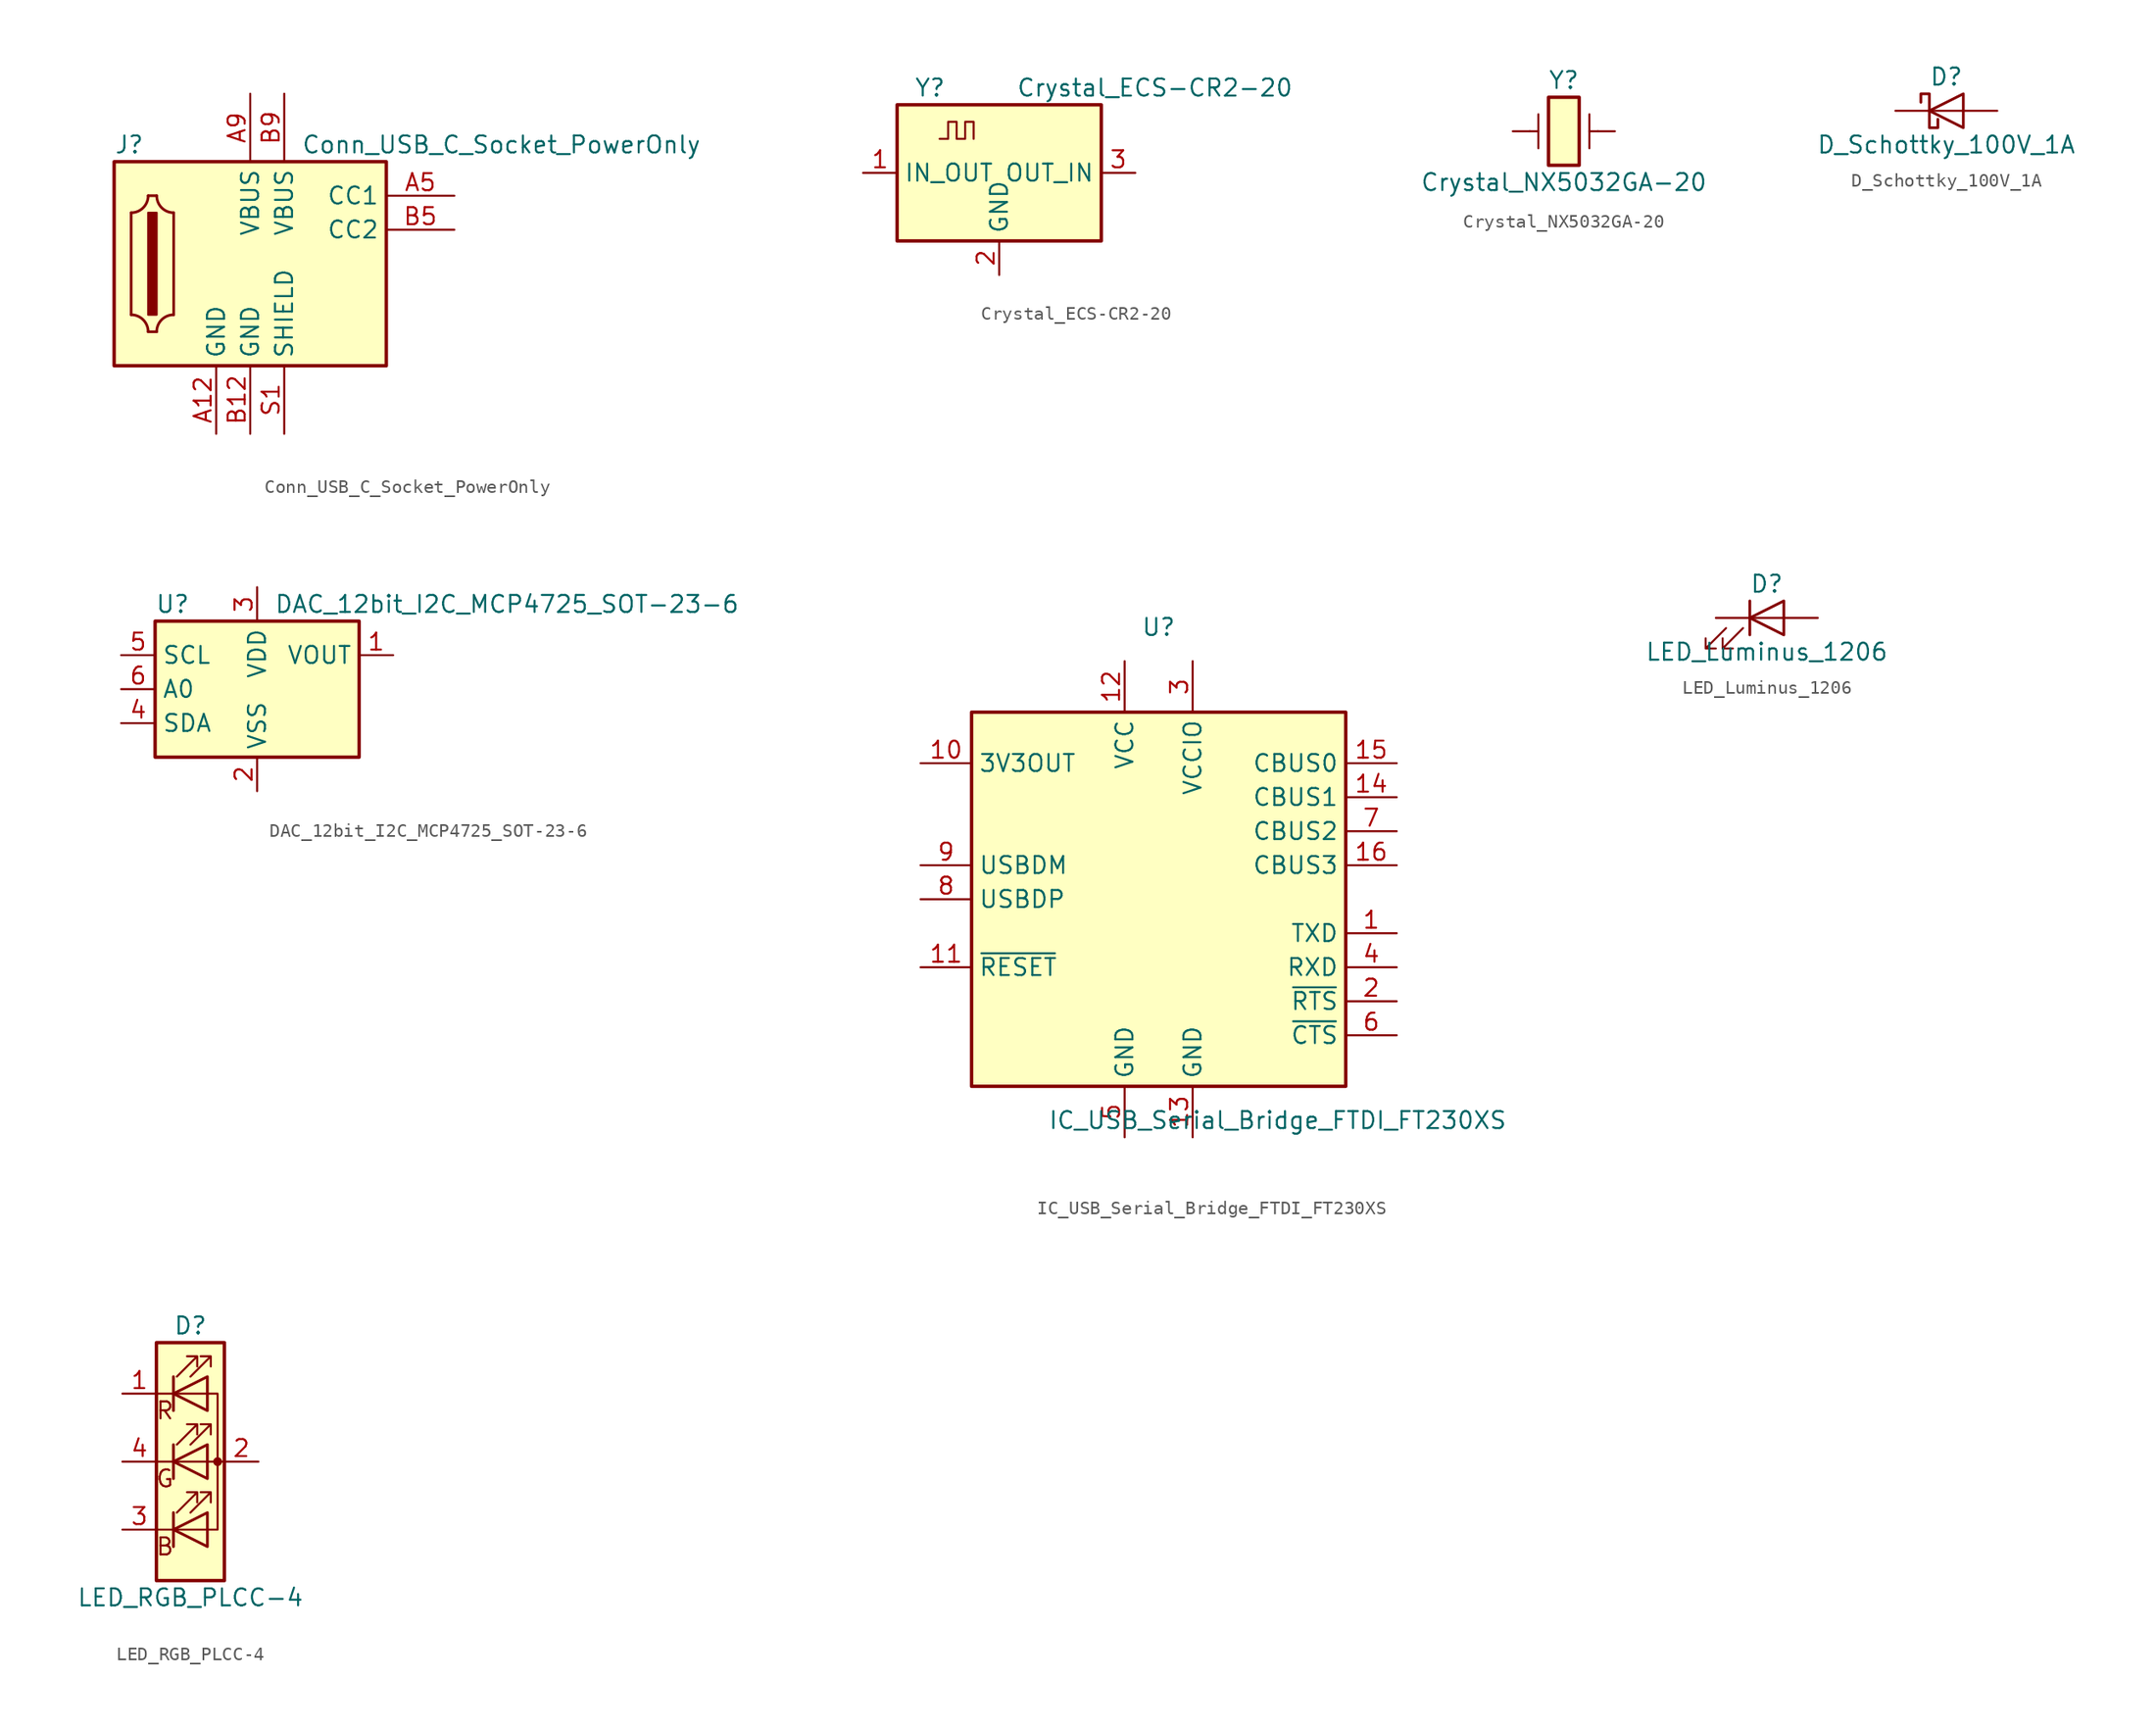
<source format=kicad_sym>
(kicad_symbol_lib
  (version 20211014)
  (generator kicad_symbol_editor)
  (symbol "Conn_USB_C_Socket_PowerOnly"
    (property "Reference" "J"
      (at -10.16 8.89 0)
      (effects (font (size 1.27 1.27)) (justify left)))
    (property "Value" "Conn_USB_C_Socket_PowerOnly"
      (at 3.81 8.89 0)
      (effects (font (size 1.27 1.27)) (justify left)))
    (symbol "Conn_USB_C_Socket_PowerOnly_0_1"
      (rectangle (start -10.16 7.62) (end 10.16 -7.62) (stroke (width 0.254) (type default) (color 0 0 0 0)) (fill (type background)))
      (arc (start -8.89 3.81) (mid -6.722 2.912) (end -7.62 5.08) (stroke (width 0.2) (type default) (color 0 0 0 0)) (fill (type none)))
      (arc (start -7.62 -5.08) (mid -6.722 -2.912) (end -8.89 -3.81) (stroke (width 0.2) (type default) (color 0 0 0 0)) (fill (type none)))
      (rectangle (start -7.62 3.81) (end -6.985 -3.81) (stroke (width 0) (type default) (color 0 0 0 0)) (fill (type outline)))
      (arc (start -6.985 5.08) (mid -7.883 2.912) (end -5.715 3.81) (stroke (width 0.2) (type default) (color 0 0 0 0)) (fill (type none)))
      (arc (start -5.715 -3.81) (mid -7.883 -2.912) (end -6.985 -5.08) (stroke (width 0.2) (type default) (color 0 0 0 0)) (fill (type none)))
      (polyline (pts (xy -8.89 3.81) (xy -8.89 -3.81)) (stroke (width 0.2) (type default) (color 0 0 0 0)) (fill (type none)))
      (polyline (pts (xy -7.62 -5.08) (xy -6.985 -5.08)) (stroke (width 0.2) (type default) (color 0 0 0 0)) (fill (type none)))
      (polyline (pts (xy -7.62 5.08) (xy -6.985 5.08)) (stroke (width 0.2) (type default) (color 0 0 0 0)) (fill (type none)))
      (polyline (pts (xy -5.715 -3.81) (xy -5.715 3.81)) (stroke (width 0.2) (type default) (color 0 0 0 0)) (fill (type none))))
    (symbol "Conn_USB_C_Socket_PowerOnly_1_1"
      (pin power_in line (at -2.54 -12.7 90) (length 5.08) (name "GND" (effects (font (size 1.27 1.27)))) (number "A12" (effects (font (size 1.27 1.27)))))
      (pin bidirectional line (at 15.24 5.08 180) (length 5.08) (name "CC1" (effects (font (size 1.27 1.27)))) (number "A5" (effects (font (size 1.27 1.27)))))
      (pin power_in line (at 0 12.7 270) (length 5.08) (name "VBUS" (effects (font (size 1.27 1.27)))) (number "A9" (effects (font (size 1.27 1.27)))))
      (pin power_in line (at 0 -12.7 90) (length 5.08) (name "GND" (effects (font (size 1.27 1.27)))) (number "B12" (effects (font (size 1.27 1.27)))))
      (pin bidirectional line (at 15.24 2.54 180) (length 5.08) (name "CC2" (effects (font (size 1.27 1.27)))) (number "B5" (effects (font (size 1.27 1.27)))))
      (pin power_in line (at 2.54 12.7 270) (length 5.08) (name "VBUS" (effects (font (size 1.27 1.27)))) (number "B9" (effects (font (size 1.27 1.27)))))
      (pin power_in line (at 2.54 -12.7 90) (length 5.08) (name "SHIELD" (effects (font (size 1.27 1.27)))) (number "S1" (effects (font (size 1.27 1.27)))))))
  (symbol "Crystal_ECS-CR2-20"
    (property "Reference" "Y"
      (at -6.35 6.35 0)
      (effects (font (size 1.27 1.27)) (justify left)))
    (property "Value" "Crystal_ECS-CR2-20"
      (at 1.27 6.35 0)
      (effects (font (size 1.27 1.27)) (justify left)))
    (symbol "Crystal_ECS-CR2-20_0_1"
      (rectangle (start -7.62 5.08) (end 7.62 -5.08) (stroke (width 0.254) (type default) (color 0 0 0 0)) (fill (type background)))
      (polyline (pts (xy -4.445 2.54) (xy -3.81 2.54) (xy -3.81 3.81) (xy -3.175 3.81) (xy -3.175 2.54) (xy -2.54 2.54) (xy -2.54 3.81) (xy -1.905 3.81) (xy -1.905 2.54)) (stroke (width 0) (type default) (color 0 0 0 0)) (fill (type none))))
    (symbol "Crystal_ECS-CR2-20_1_1"
      (pin input line (at -10.16 0 0) (length 2.54) (name "IN_OUT" (effects (font (size 1.27 1.27)))) (number "1" (effects (font (size 1.27 1.27)))))
      (pin power_in line (at 0 -7.62 90) (length 2.54) (name "GND" (effects (font (size 1.27 1.27)))) (number "2" (effects (font (size 1.27 1.27)))))
      (pin output line (at 10.16 0 180) (length 2.54) (name "OUT_IN" (effects (font (size 1.27 1.27)))) (number "3" (effects (font (size 1.27 1.27)))))))
  (symbol "Crystal_NX5032GA-20"
    (pin_numbers hide)
    (pin_names
      (offset 1.016) hide)
    (property "Reference" "Y"
      (at 0 3.81 0)
      (effects (font (size 1.27 1.27))))
    (property "Value" "Crystal_NX5032GA-20"
      (at 0 -3.81 0)
      (effects (font (size 1.27 1.27))))
    (symbol "Crystal_NX5032GA-20_0_1"
      (rectangle (start -1.143 2.54) (end 1.143 -2.54) (stroke (width 0.254) (type default) (color 0 0 0 0)) (fill (type background)))
      (polyline (pts (xy -2.54 0) (xy -1.905 0)) (stroke (width 0) (type default) (color 0 0 0 0)) (fill (type none)))
      (polyline (pts (xy -1.905 -1.27) (xy -1.905 1.27)) (stroke (width 0) (type default) (color 0 0 0 0)) (fill (type none)))
      (polyline (pts (xy 1.905 -1.27) (xy 1.905 1.27)) (stroke (width 0) (type default) (color 0 0 0 0)) (fill (type none)))
      (polyline (pts (xy 2.54 0) (xy 1.905 0)) (stroke (width 0) (type default) (color 0 0 0 0)) (fill (type none))))
    (symbol "Crystal_NX5032GA-20_1_1"
      (pin passive line (at -3.81 0 0) (length 1.27) (name "1" (effects (font (size 1.27 1.27)))) (number "1" (effects (font (size 1.27 1.27)))))
      (pin passive line (at 3.81 0 180) (length 1.27) (name "2" (effects (font (size 1.27 1.27)))) (number "2" (effects (font (size 1.27 1.27)))))))
  (symbol "D_Schottky_100V_1A"
    (pin_numbers hide)
    (pin_names
      (offset 1.016) hide)
    (property "Reference" "D"
      (at 0 2.54 0)
      (effects (font (size 1.27 1.27))))
    (property "Value" "D_Schottky_100V_1A"
      (at 0 -2.54 0)
      (effects (font (size 1.27 1.27))))
    (symbol "D_Schottky_100V_1A_0_1"
      (polyline (pts (xy 1.27 0) (xy -1.27 0)) (stroke (width 0) (type default) (color 0 0 0 0)) (fill (type none)))
      (polyline (pts (xy 1.27 1.27) (xy 1.27 -1.27) (xy -1.27 0) (xy 1.27 1.27)) (stroke (width 0.203) (type default) (color 0 0 0 0)) (fill (type none)))
      (polyline (pts (xy -1.905 0.635) (xy -1.905 1.27) (xy -1.27 1.27) (xy -1.27 -1.27) (xy -0.635 -1.27) (xy -0.635 -0.635)) (stroke (width 0.203) (type default) (color 0 0 0 0)) (fill (type none))))
    (symbol "D_Schottky_100V_1A_1_1"
      (pin passive line (at -3.81 0 0) (length 2.54) (name "K" (effects (font (size 1.27 1.27)))) (number "1" (effects (font (size 1.27 1.27)))))
      (pin passive line (at 3.81 0 180) (length 2.54) (name "A" (effects (font (size 1.27 1.27)))) (number "2" (effects (font (size 1.27 1.27)))))))
  (symbol "DAC_12bit_I2C_MCP4725_SOT-23-6"
    (property "Reference" "U"
      (at -7.62 6.35 0)
      (effects (font (size 1.27 1.27)) (justify left)))
    (property "Value" "DAC_12bit_I2C_MCP4725_SOT-23-6"
      (at 1.27 6.35 0)
      (effects (font (size 1.27 1.27)) (justify left)))
    (symbol "DAC_12bit_I2C_MCP4725_SOT-23-6_0_1"
      (rectangle (start -7.62 5.08) (end 7.62 -5.08) (stroke (width 0.254) (type default) (color 0 0 0 0)) (fill (type background))))
    (symbol "DAC_12bit_I2C_MCP4725_SOT-23-6_1_1"
      (pin power_out line (at 10.16 2.54 180) (length 2.54) (name "VOUT" (effects (font (size 1.27 1.27)))) (number "1" (effects (font (size 1.27 1.27)))))
      (pin power_in line (at 0 -7.62 90) (length 2.54) (name "VSS" (effects (font (size 1.27 1.27)))) (number "2" (effects (font (size 1.27 1.27)))))
      (pin power_in line (at 0 7.62 270) (length 2.54) (name "VDD" (effects (font (size 1.27 1.27)))) (number "3" (effects (font (size 1.27 1.27)))))
      (pin bidirectional line (at -10.16 -2.54 0) (length 2.54) (name "SDA" (effects (font (size 1.27 1.27)))) (number "4" (effects (font (size 1.27 1.27)))))
      (pin input line (at -10.16 2.54 0) (length 2.54) (name "SCL" (effects (font (size 1.27 1.27)))) (number "5" (effects (font (size 1.27 1.27)))))
      (pin input line (at -10.16 0 0) (length 2.54) (name "A0" (effects (font (size 1.27 1.27)))) (number "6" (effects (font (size 1.27 1.27)))))))
  (symbol "IC_USB_Serial_Bridge_FTDI_FT230XS"
    (property "Reference" "U"
      (at 0 20.32 0)
      (effects (font (size 1.27 1.27))))
    (property "Value" "IC_USB_Serial_Bridge_FTDI_FT230XS"
      (at 8.89 -16.51 0)
      (effects (font (size 1.27 1.27))))
    (symbol "IC_USB_Serial_Bridge_FTDI_FT230XS_0_1"
      (rectangle (start 13.97 13.97) (end -13.97 -13.97) (stroke (width 0.254) (type default) (color 0 0 0 0)) (fill (type background))))
    (symbol "IC_USB_Serial_Bridge_FTDI_FT230XS_1_1"
      (pin output line (at 17.78 -2.54 180) (length 3.81) (name "TXD" (effects (font (size 1.27 1.27)))) (number "1" (effects (font (size 1.27 1.27)))))
      (pin power_out line (at -17.78 10.16 0) (length 3.81) (name "3V3OUT" (effects (font (size 1.27 1.27)))) (number "10" (effects (font (size 1.27 1.27)))))
      (pin input line (at -17.78 -5.08 0) (length 3.81) (name "~{RESET}" (effects (font (size 1.27 1.27)))) (number "11" (effects (font (size 1.27 1.27)))))
      (pin power_in line (at -2.54 17.78 270) (length 3.81) (name "VCC" (effects (font (size 1.27 1.27)))) (number "12" (effects (font (size 1.27 1.27)))))
      (pin power_in line (at 2.54 -17.78 90) (length 3.81) (name "GND" (effects (font (size 1.27 1.27)))) (number "13" (effects (font (size 1.27 1.27)))))
      (pin bidirectional line (at 17.78 7.62 180) (length 3.81) (name "CBUS1" (effects (font (size 1.27 1.27)))) (number "14" (effects (font (size 1.27 1.27)))))
      (pin bidirectional line (at 17.78 10.16 180) (length 3.81) (name "CBUS0" (effects (font (size 1.27 1.27)))) (number "15" (effects (font (size 1.27 1.27)))))
      (pin bidirectional line (at 17.78 2.54 180) (length 3.81) (name "CBUS3" (effects (font (size 1.27 1.27)))) (number "16" (effects (font (size 1.27 1.27)))))
      (pin output line (at 17.78 -7.62 180) (length 3.81) (name "~{RTS}" (effects (font (size 1.27 1.27)))) (number "2" (effects (font (size 1.27 1.27)))))
      (pin power_in line (at 2.54 17.78 270) (length 3.81) (name "VCCIO" (effects (font (size 1.27 1.27)))) (number "3" (effects (font (size 1.27 1.27)))))
      (pin input line (at 17.78 -5.08 180) (length 3.81) (name "RXD" (effects (font (size 1.27 1.27)))) (number "4" (effects (font (size 1.27 1.27)))))
      (pin power_in line (at -2.54 -17.78 90) (length 3.81) (name "GND" (effects (font (size 1.27 1.27)))) (number "5" (effects (font (size 1.27 1.27)))))
      (pin input line (at 17.78 -10.16 180) (length 3.81) (name "~{CTS}" (effects (font (size 1.27 1.27)))) (number "6" (effects (font (size 1.27 1.27)))))
      (pin bidirectional line (at 17.78 5.08 180) (length 3.81) (name "CBUS2" (effects (font (size 1.27 1.27)))) (number "7" (effects (font (size 1.27 1.27)))))
      (pin bidirectional line (at -17.78 0 0) (length 3.81) (name "USBDP" (effects (font (size 1.27 1.27)))) (number "8" (effects (font (size 1.27 1.27)))))
      (pin bidirectional line (at -17.78 2.54 0) (length 3.81) (name "USBDM" (effects (font (size 1.27 1.27)))) (number "9" (effects (font (size 1.27 1.27)))))))
  (symbol "LED_Luminus_1206"
    (pin_numbers hide)
    (pin_names
      (offset 1.016) hide)
    (property "Reference" "D"
      (at 0 2.54 0)
      (effects (font (size 1.27 1.27))))
    (property "Value" "LED_Luminus_1206"
      (at 0 -2.54 0)
      (effects (font (size 1.27 1.27))))
    (symbol "LED_Luminus_1206_0_1"
      (polyline (pts (xy -1.27 -1.27) (xy -1.27 1.27)) (stroke (width 0.203) (type default) (color 0 0 0 0)) (fill (type none)))
      (polyline (pts (xy -1.27 0) (xy 1.27 0)) (stroke (width 0) (type default) (color 0 0 0 0)) (fill (type none)))
      (polyline (pts (xy 1.27 -1.27) (xy 1.27 1.27) (xy -1.27 0) (xy 1.27 -1.27)) (stroke (width 0.203) (type default) (color 0 0 0 0)) (fill (type none)))
      (polyline (pts (xy -3.048 -0.762) (xy -4.572 -2.286) (xy -3.81 -2.286) (xy -4.572 -2.286) (xy -4.572 -1.524)) (stroke (width 0) (type default) (color 0 0 0 0)) (fill (type none)))
      (polyline (pts (xy -1.778 -0.762) (xy -3.302 -2.286) (xy -2.54 -2.286) (xy -3.302 -2.286) (xy -3.302 -1.524)) (stroke (width 0) (type default) (color 0 0 0 0)) (fill (type none))))
    (symbol "LED_Luminus_1206_1_1"
      (pin passive line (at -3.81 0 0) (length 2.54) (name "K" (effects (font (size 1.27 1.27)))) (number "1" (effects (font (size 1.27 1.27)))))
      (pin passive line (at 3.81 0 180) (length 2.54) (name "A" (effects (font (size 1.27 1.27)))) (number "2" (effects (font (size 1.27 1.27)))))))
  (symbol "LED_RGB_PLCC-4"
    (pin_names
      (offset 0) hide)
    (property "Reference" "D"
      (at 0 10.16 0)
      (effects (font (size 1.27 1.27))))
    (property "Value" "LED_RGB_PLCC-4"
      (at 0 -10.16 0)
      (effects (font (size 1.27 1.27))))
    (symbol "LED_RGB_PLCC-4_0_0"
      (text "B" (at -1.905 -6.35 0) (effects (font (size 1.27 1.27))))
      (text "G" (at -1.905 -1.27 0) (effects (font (size 1.27 1.27))))
      (text "R" (at -1.905 3.81 0) (effects (font (size 1.27 1.27)))))
    (symbol "LED_RGB_PLCC-4_0_1"
      (rectangle (start -2.54 8.89) (end 2.54 -8.89) (stroke (width 0.254) (type default) (color 0 0 0 0)) (fill (type background)))
      (polyline (pts (xy -1.27 -5.08) (xy -2.54 -5.08)) (stroke (width 0) (type default) (color 0 0 0 0)) (fill (type none)))
      (polyline (pts (xy -1.27 -5.08) (xy 1.27 -5.08)) (stroke (width 0) (type default) (color 0 0 0 0)) (fill (type none)))
      (polyline (pts (xy -1.27 -3.81) (xy -1.27 -6.35)) (stroke (width 0) (type default) (color 0 0 0 0)) (fill (type none)))
      (polyline (pts (xy -1.27 -3.81) (xy -1.27 -6.35)) (stroke (width 0.203) (type default) (color 0 0 0 0)) (fill (type none)))
      (polyline (pts (xy -1.27 0) (xy -2.54 0)) (stroke (width 0) (type default) (color 0 0 0 0)) (fill (type none)))
      (polyline (pts (xy -1.27 0) (xy 1.27 0)) (stroke (width 0) (type default) (color 0 0 0 0)) (fill (type none)))
      (polyline (pts (xy -1.27 1.27) (xy -1.27 -1.27)) (stroke (width 0.203) (type default) (color 0 0 0 0)) (fill (type none)))
      (polyline (pts (xy -1.27 5.08) (xy -2.54 5.08)) (stroke (width 0) (type default) (color 0 0 0 0)) (fill (type none)))
      (polyline (pts (xy -1.27 6.35) (xy -1.27 3.81)) (stroke (width 0.203) (type default) (color 0 0 0 0)) (fill (type none)))
      (polyline (pts (xy 1.27 0) (xy 2.54 0)) (stroke (width 0) (type default) (color 0 0 0 0)) (fill (type none)))
      (polyline (pts (xy 1.27 5.08) (xy -1.27 5.08)) (stroke (width 0) (type default) (color 0 0 0 0)) (fill (type none)))
      (polyline (pts (xy -1.27 1.27) (xy -1.27 -1.27) (xy -1.27 -1.27)) (stroke (width 0) (type default) (color 0 0 0 0)) (fill (type none)))
      (polyline (pts (xy -1.27 6.35) (xy -1.27 3.81) (xy -1.27 3.81)) (stroke (width 0) (type default) (color 0 0 0 0)) (fill (type none)))
      (polyline (pts (xy 1.27 -5.08) (xy 2.032 -5.08) (xy 2.032 5.08) (xy 1.27 5.08)) (stroke (width 0) (type default) (color 0 0 0 0)) (fill (type none)))
      (polyline (pts (xy 1.27 -3.81) (xy 1.27 -6.35) (xy -1.27 -5.08) (xy 1.27 -3.81)) (stroke (width 0.203) (type default) (color 0 0 0 0)) (fill (type none)))
      (polyline (pts (xy 1.27 1.27) (xy 1.27 -1.27) (xy -1.27 0) (xy 1.27 1.27)) (stroke (width 0.203) (type default) (color 0 0 0 0)) (fill (type none)))
      (polyline (pts (xy 1.27 6.35) (xy 1.27 3.81) (xy -1.27 5.08) (xy 1.27 6.35)) (stroke (width 0.203) (type default) (color 0 0 0 0)) (fill (type none)))
      (polyline (pts (xy -1.016 -3.81) (xy 0.508 -2.286) (xy -0.254 -2.286) (xy 0.508 -2.286) (xy 0.508 -3.048)) (stroke (width 0) (type default) (color 0 0 0 0)) (fill (type none)))
      (polyline (pts (xy -1.016 1.27) (xy 0.508 2.794) (xy -0.254 2.794) (xy 0.508 2.794) (xy 0.508 2.032)) (stroke (width 0) (type default) (color 0 0 0 0)) (fill (type none)))
      (polyline (pts (xy -1.016 6.35) (xy 0.508 7.874) (xy -0.254 7.874) (xy 0.508 7.874) (xy 0.508 7.112)) (stroke (width 0) (type default) (color 0 0 0 0)) (fill (type none)))
      (polyline (pts (xy 0 -3.81) (xy 1.524 -2.286) (xy 0.762 -2.286) (xy 1.524 -2.286) (xy 1.524 -3.048)) (stroke (width 0) (type default) (color 0 0 0 0)) (fill (type none)))
      (polyline (pts (xy 0 1.27) (xy 1.524 2.794) (xy 0.762 2.794) (xy 1.524 2.794) (xy 1.524 2.032)) (stroke (width 0) (type default) (color 0 0 0 0)) (fill (type none)))
      (polyline (pts (xy 0 6.35) (xy 1.524 7.874) (xy 0.762 7.874) (xy 1.524 7.874) (xy 1.524 7.112)) (stroke (width 0) (type default) (color 0 0 0 0)) (fill (type none)))
      (rectangle (start 1.27 -1.27) (end 1.27 1.27) (stroke (width 0) (type default) (color 0 0 0 0)) (fill (type none)))
      (rectangle (start 1.27 1.27) (end 1.27 1.27) (stroke (width 0) (type default) (color 0 0 0 0)) (fill (type none)))
      (rectangle (start 1.27 3.81) (end 1.27 6.35) (stroke (width 0) (type default) (color 0 0 0 0)) (fill (type none)))
      (rectangle (start 1.27 6.35) (end 1.27 6.35) (stroke (width 0) (type default) (color 0 0 0 0)) (fill (type none)))
      (circle (center 2.032 0) (radius 0.254) (stroke (width 0) (type default) (color 0 0 0 0)) (fill (type outline))))
    (symbol "LED_RGB_PLCC-4_1_1"
      (pin passive line (at -5.08 5.08 0) (length 2.54) (name "RK" (effects (font (size 1.27 1.27)))) (number "1" (effects (font (size 1.27 1.27)))))
      (pin passive line (at 5.08 0 180) (length 2.54) (name "A" (effects (font (size 1.27 1.27)))) (number "2" (effects (font (size 1.27 1.27)))))
      (pin passive line (at -5.08 -5.08 0) (length 2.54) (name "BK" (effects (font (size 1.27 1.27)))) (number "3" (effects (font (size 1.27 1.27)))))
      (pin passive line (at -5.08 0 0) (length 2.54) (name "GK" (effects (font (size 1.27 1.27)))) (number "4" (effects (font (size 1.27 1.27))))))))
</source>
